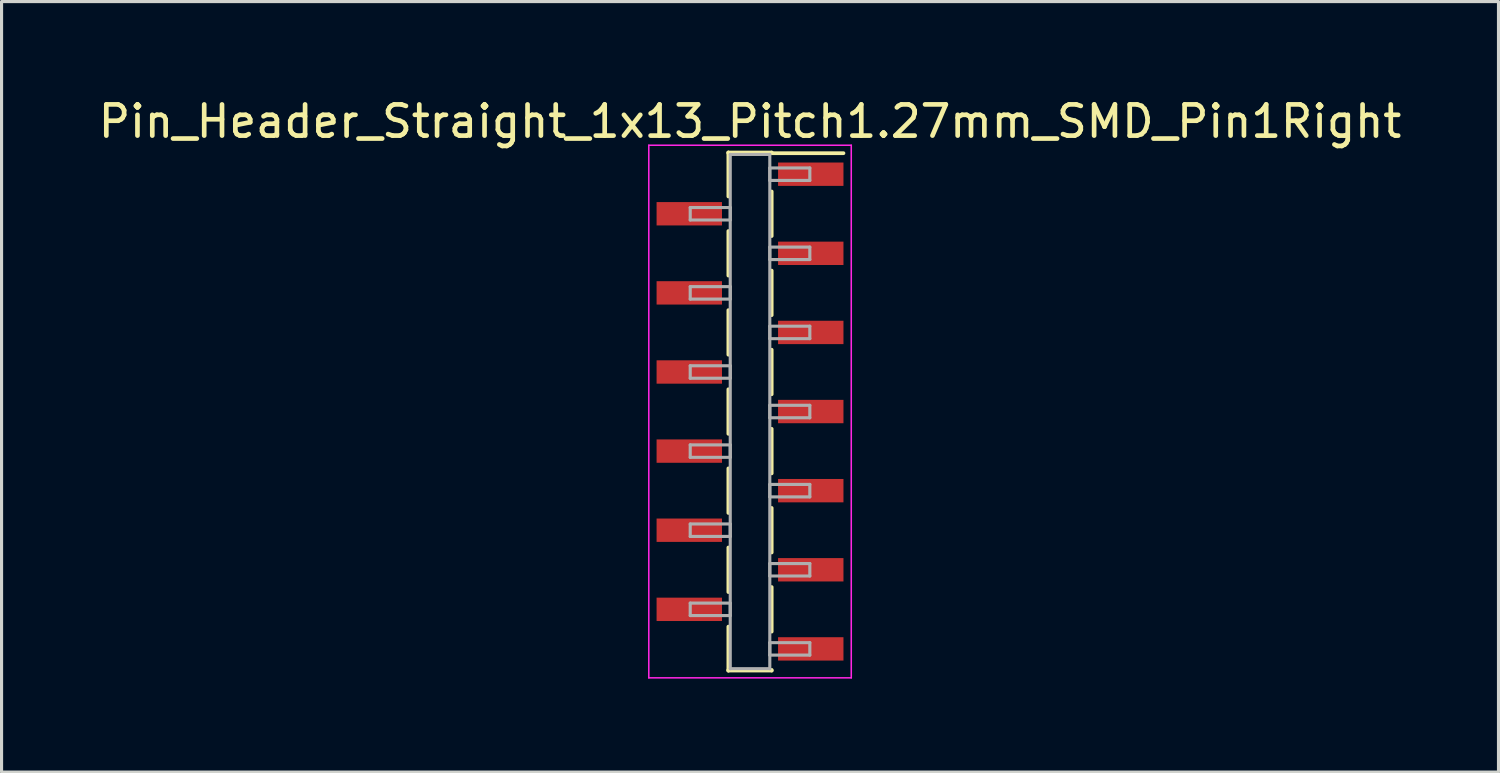
<source format=kicad_pcb>
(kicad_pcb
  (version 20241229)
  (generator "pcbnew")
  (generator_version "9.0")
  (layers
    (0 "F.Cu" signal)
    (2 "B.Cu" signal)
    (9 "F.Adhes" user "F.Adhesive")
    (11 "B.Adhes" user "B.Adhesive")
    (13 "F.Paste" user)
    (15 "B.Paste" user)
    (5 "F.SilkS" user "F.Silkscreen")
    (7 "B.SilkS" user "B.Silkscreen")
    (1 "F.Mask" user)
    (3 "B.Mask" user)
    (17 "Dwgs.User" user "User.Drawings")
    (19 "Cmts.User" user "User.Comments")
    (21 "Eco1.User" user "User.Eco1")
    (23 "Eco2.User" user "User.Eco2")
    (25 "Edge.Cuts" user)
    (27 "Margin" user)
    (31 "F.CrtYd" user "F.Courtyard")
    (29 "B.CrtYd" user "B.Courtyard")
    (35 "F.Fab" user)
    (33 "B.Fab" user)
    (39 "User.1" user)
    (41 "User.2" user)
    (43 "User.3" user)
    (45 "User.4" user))
  (footprint "Pin_Header_Straight_1x13_Pitch1.27mm_SMD_Pin1Right"
    (layer "F.Cu")
    (at 21.03 10.163)
    (property "Reference" "Pin_Header_Straight_1x13_Pitch1.27mm_SMD_Pin1Right" (at 0 -9.315 0) (layer "F.SilkS") (effects (font (size 1 1) (thickness 0.15))))
    (attr smd)
    (fp_line (start -0.695 -8.315) (end -0.695 -6.905) (stroke (width 0.12) (type solid)) (layer "F.SilkS"))
    (fp_line (start -0.695 -8.315) (end 0.695 -8.315) (stroke (width 0.12) (type solid)) (layer "F.SilkS"))
    (fp_line (start -0.695 -8.295) (end -0.695 -8.315) (stroke (width 0.12) (type solid)) (layer "F.SilkS"))
    (fp_line (start -0.695 -5.795) (end -0.695 -4.365) (stroke (width 0.12) (type solid)) (layer "F.SilkS"))
    (fp_line (start -0.695 -3.255) (end -0.695 -1.825) (stroke (width 0.12) (type solid)) (layer "F.SilkS"))
    (fp_line (start -0.695 -0.715) (end -0.695 0.715) (stroke (width 0.12) (type solid)) (layer "F.SilkS"))
    (fp_line (start -0.695 1.825) (end -0.695 3.255) (stroke (width 0.12) (type solid)) (layer "F.SilkS"))
    (fp_line (start -0.695 4.365) (end -0.695 5.795) (stroke (width 0.12) (type solid)) (layer "F.SilkS"))
    (fp_line (start -0.695 6.905) (end -0.695 8.315) (stroke (width 0.12) (type solid)) (layer "F.SilkS"))
    (fp_line (start -0.695 8.295) (end -0.695 8.315) (stroke (width 0.12) (type solid)) (layer "F.SilkS"))
    (fp_line (start -0.695 8.315) (end 0.695 8.315) (stroke (width 0.12) (type solid)) (layer "F.SilkS"))
    (fp_line (start 0.695 -8.315) (end 0.695 -8.295) (stroke (width 0.12) (type solid)) (layer "F.SilkS"))
    (fp_line (start 0.695 -8.295) (end 3 -8.295) (stroke (width 0.12) (type solid)) (layer "F.SilkS"))
    (fp_line (start 0.695 -7.065) (end 0.695 -5.635) (stroke (width 0.12) (type solid)) (layer "F.SilkS"))
    (fp_line (start 0.695 -4.525) (end 0.695 -3.095) (stroke (width 0.12) (type solid)) (layer "F.SilkS"))
    (fp_line (start 0.695 -1.985) (end 0.695 -0.555) (stroke (width 0.12) (type solid)) (layer "F.SilkS"))
    (fp_line (start 0.695 0.555) (end 0.695 1.985) (stroke (width 0.12) (type solid)) (layer "F.SilkS"))
    (fp_line (start 0.695 3.095) (end 0.695 4.525) (stroke (width 0.12) (type solid)) (layer "F.SilkS"))
    (fp_line (start 0.695 5.635) (end 0.695 7.065) (stroke (width 0.12) (type solid)) (layer "F.SilkS"))
    (fp_line (start 0.695 8.315) (end 0.695 8.295) (stroke (width 0.12) (type solid)) (layer "F.SilkS"))
    (fp_line (start -3.25 -8.55) (end -3.25 8.55) (stroke (width 0.05) (type solid)) (layer "F.CrtYd"))
    (fp_line (start -3.25 8.55) (end 3.25 8.55) (stroke (width 0.05) (type solid)) (layer "F.CrtYd"))
    (fp_line (start 3.25 -8.55) (end -3.25 -8.55) (stroke (width 0.05) (type solid)) (layer "F.CrtYd"))
    (fp_line (start 3.25 8.55) (end 3.25 -8.55) (stroke (width 0.05) (type solid)) (layer "F.CrtYd"))
    (fp_line (start -1.92 -6.55) (end -0.635 -6.55) (stroke (width 0.1) (type solid)) (layer "F.Fab"))
    (fp_line (start -1.92 -6.15) (end -1.92 -6.55) (stroke (width 0.1) (type solid)) (layer "F.Fab"))
    (fp_line (start -1.92 -4.01) (end -0.635 -4.01) (stroke (width 0.1) (type solid)) (layer "F.Fab"))
    (fp_line (start -1.92 -3.61) (end -1.92 -4.01) (stroke (width 0.1) (type solid)) (layer "F.Fab"))
    (fp_line (start -1.92 -1.47) (end -0.635 -1.47) (stroke (width 0.1) (type solid)) (layer "F.Fab"))
    (fp_line (start -1.92 -1.07) (end -1.92 -1.47) (stroke (width 0.1) (type solid)) (layer "F.Fab"))
    (fp_line (start -1.92 1.07) (end -0.635 1.07) (stroke (width 0.1) (type solid)) (layer "F.Fab"))
    (fp_line (start -1.92 1.47) (end -1.92 1.07) (stroke (width 0.1) (type solid)) (layer "F.Fab"))
    (fp_line (start -1.92 3.61) (end -0.635 3.61) (stroke (width 0.1) (type solid)) (layer "F.Fab"))
    (fp_line (start -1.92 4.01) (end -1.92 3.61) (stroke (width 0.1) (type solid)) (layer "F.Fab"))
    (fp_line (start -1.92 6.15) (end -0.635 6.15) (stroke (width 0.1) (type solid)) (layer "F.Fab"))
    (fp_line (start -1.92 6.55) (end -1.92 6.15) (stroke (width 0.1) (type solid)) (layer "F.Fab"))
    (fp_line (start -0.635 -8.255) (end -0.635 8.255) (stroke (width 0.1) (type solid)) (layer "F.Fab"))
    (fp_line (start -0.635 -6.55) (end -0.635 -6.15) (stroke (width 0.1) (type solid)) (layer "F.Fab"))
    (fp_line (start -0.635 -6.15) (end -1.92 -6.15) (stroke (width 0.1) (type solid)) (layer "F.Fab"))
    (fp_line (start -0.635 -4.01) (end -0.635 -3.61) (stroke (width 0.1) (type solid)) (layer "F.Fab"))
    (fp_line (start -0.635 -3.61) (end -1.92 -3.61) (stroke (width 0.1) (type solid)) (layer "F.Fab"))
    (fp_line (start -0.635 -1.47) (end -0.635 -1.07) (stroke (width 0.1) (type solid)) (layer "F.Fab"))
    (fp_line (start -0.635 -1.07) (end -1.92 -1.07) (stroke (width 0.1) (type solid)) (layer "F.Fab"))
    (fp_line (start -0.635 1.07) (end -0.635 1.47) (stroke (width 0.1) (type solid)) (layer "F.Fab"))
    (fp_line (start -0.635 1.47) (end -1.92 1.47) (stroke (width 0.1) (type solid)) (layer "F.Fab"))
    (fp_line (start -0.635 3.61) (end -0.635 4.01) (stroke (width 0.1) (type solid)) (layer "F.Fab"))
    (fp_line (start -0.635 4.01) (end -1.92 4.01) (stroke (width 0.1) (type solid)) (layer "F.Fab"))
    (fp_line (start -0.635 6.15) (end -0.635 6.55) (stroke (width 0.1) (type solid)) (layer "F.Fab"))
    (fp_line (start -0.635 6.55) (end -1.92 6.55) (stroke (width 0.1) (type solid)) (layer "F.Fab"))
    (fp_line (start -0.635 8.255) (end 0.635 8.255) (stroke (width 0.1) (type solid)) (layer "F.Fab"))
    (fp_line (start 0.635 -8.255) (end -0.635 -8.255) (stroke (width 0.1) (type solid)) (layer "F.Fab"))
    (fp_line (start 0.635 -7.82) (end 0.635 -7.42) (stroke (width 0.1) (type solid)) (layer "F.Fab"))
    (fp_line (start 0.635 -7.42) (end 1.92 -7.42) (stroke (width 0.1) (type solid)) (layer "F.Fab"))
    (fp_line (start 0.635 -5.28) (end 0.635 -4.88) (stroke (width 0.1) (type solid)) (layer "F.Fab"))
    (fp_line (start 0.635 -4.88) (end 1.92 -4.88) (stroke (width 0.1) (type solid)) (layer "F.Fab"))
    (fp_line (start 0.635 -2.74) (end 0.635 -2.34) (stroke (width 0.1) (type solid)) (layer "F.Fab"))
    (fp_line (start 0.635 -2.34) (end 1.92 -2.34) (stroke (width 0.1) (type solid)) (layer "F.Fab"))
    (fp_line (start 0.635 -0.2) (end 0.635 0.2) (stroke (width 0.1) (type solid)) (layer "F.Fab"))
    (fp_line (start 0.635 0.2) (end 1.92 0.2) (stroke (width 0.1) (type solid)) (layer "F.Fab"))
    (fp_line (start 0.635 2.34) (end 0.635 2.74) (stroke (width 0.1) (type solid)) (layer "F.Fab"))
    (fp_line (start 0.635 2.74) (end 1.92 2.74) (stroke (width 0.1) (type solid)) (layer "F.Fab"))
    (fp_line (start 0.635 4.88) (end 0.635 5.28) (stroke (width 0.1) (type solid)) (layer "F.Fab"))
    (fp_line (start 0.635 5.28) (end 1.92 5.28) (stroke (width 0.1) (type solid)) (layer "F.Fab"))
    (fp_line (start 0.635 7.42) (end 0.635 7.82) (stroke (width 0.1) (type solid)) (layer "F.Fab"))
    (fp_line (start 0.635 7.82) (end 1.92 7.82) (stroke (width 0.1) (type solid)) (layer "F.Fab"))
    (fp_line (start 0.635 8.255) (end 0.635 -8.255) (stroke (width 0.1) (type solid)) (layer "F.Fab"))
    (fp_line (start 1.92 -7.82) (end 0.635 -7.82) (stroke (width 0.1) (type solid)) (layer "F.Fab"))
    (fp_line (start 1.92 -7.42) (end 1.92 -7.82) (stroke (width 0.1) (type solid)) (layer "F.Fab"))
    (fp_line (start 1.92 -5.28) (end 0.635 -5.28) (stroke (width 0.1) (type solid)) (layer "F.Fab"))
    (fp_line (start 1.92 -4.88) (end 1.92 -5.28) (stroke (width 0.1) (type solid)) (layer "F.Fab"))
    (fp_line (start 1.92 -2.74) (end 0.635 -2.74) (stroke (width 0.1) (type solid)) (layer "F.Fab"))
    (fp_line (start 1.92 -2.34) (end 1.92 -2.74) (stroke (width 0.1) (type solid)) (layer "F.Fab"))
    (fp_line (start 1.92 -0.2) (end 0.635 -0.2) (stroke (width 0.1) (type solid)) (layer "F.Fab"))
    (fp_line (start 1.92 0.2) (end 1.92 -0.2) (stroke (width 0.1) (type solid)) (layer "F.Fab"))
    (fp_line (start 1.92 2.34) (end 0.635 2.34) (stroke (width 0.1) (type solid)) (layer "F.Fab"))
    (fp_line (start 1.92 2.74) (end 1.92 2.34) (stroke (width 0.1) (type solid)) (layer "F.Fab"))
    (fp_line (start 1.92 4.88) (end 0.635 4.88) (stroke (width 0.1) (type solid)) (layer "F.Fab"))
    (fp_line (start 1.92 5.28) (end 1.92 4.88) (stroke (width 0.1) (type solid)) (layer "F.Fab"))
    (fp_line (start 1.92 7.42) (end 0.635 7.42) (stroke (width 0.1) (type solid)) (layer "F.Fab"))
    (fp_line (start 1.92 7.82) (end 1.92 7.42) (stroke (width 0.1) (type solid)) (layer "F.Fab"))
    (pad "1" smd rect (at 1.95 -7.62) (size 2.1 0.75) (layers "F.Cu" "F.Mask"))
    (pad "2" smd rect (at -1.95 -6.35) (size 2.1 0.75) (layers "F.Cu" "F.Mask"))
    (pad "3" smd rect (at 1.95 -5.08) (size 2.1 0.75) (layers "F.Cu" "F.Mask"))
    (pad "4" smd rect (at -1.95 -3.81) (size 2.1 0.75) (layers "F.Cu" "F.Mask"))
    (pad "5" smd rect (at 1.95 -2.54) (size 2.1 0.75) (layers "F.Cu" "F.Mask"))
    (pad "6" smd rect (at -1.95 -1.27) (size 2.1 0.75) (layers "F.Cu" "F.Mask"))
    (pad "7" smd rect (at 1.95 0) (size 2.1 0.75) (layers "F.Cu" "F.Mask"))
    (pad "8" smd rect (at -1.95 1.27) (size 2.1 0.75) (layers "F.Cu" "F.Mask"))
    (pad "9" smd rect (at 1.95 2.54) (size 2.1 0.75) (layers "F.Cu" "F.Mask"))
    (pad "10" smd rect (at -1.95 3.81) (size 2.1 0.75) (layers "F.Cu" "F.Mask"))
    (pad "11" smd rect (at 1.95 5.08) (size 2.1 0.75) (layers "F.Cu" "F.Mask"))
    (pad "12" smd rect (at -1.95 6.35) (size 2.1 0.75) (layers "F.Cu" "F.Mask"))
    (pad "13" smd rect (at 1.95 7.62) (size 2.1 0.75) (layers "F.Cu" "F.Mask")))
  (gr_rect
    (start -3 -3)
    (end 45.06 21.738)
    (stroke (width 0.1) (type default))
    (fill no)
    (layer "Edge.Cuts")))
</source>
